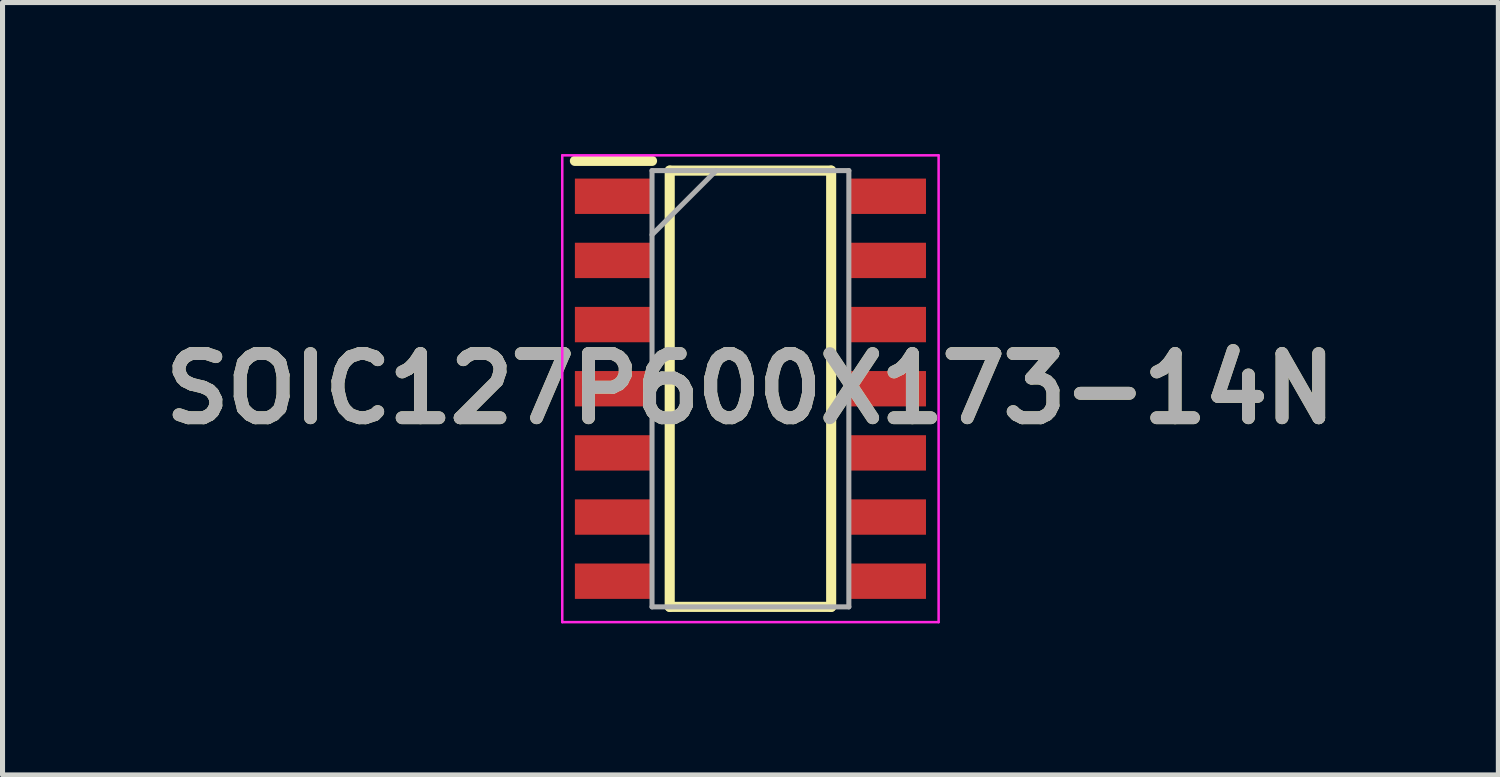
<source format=kicad_pcb>
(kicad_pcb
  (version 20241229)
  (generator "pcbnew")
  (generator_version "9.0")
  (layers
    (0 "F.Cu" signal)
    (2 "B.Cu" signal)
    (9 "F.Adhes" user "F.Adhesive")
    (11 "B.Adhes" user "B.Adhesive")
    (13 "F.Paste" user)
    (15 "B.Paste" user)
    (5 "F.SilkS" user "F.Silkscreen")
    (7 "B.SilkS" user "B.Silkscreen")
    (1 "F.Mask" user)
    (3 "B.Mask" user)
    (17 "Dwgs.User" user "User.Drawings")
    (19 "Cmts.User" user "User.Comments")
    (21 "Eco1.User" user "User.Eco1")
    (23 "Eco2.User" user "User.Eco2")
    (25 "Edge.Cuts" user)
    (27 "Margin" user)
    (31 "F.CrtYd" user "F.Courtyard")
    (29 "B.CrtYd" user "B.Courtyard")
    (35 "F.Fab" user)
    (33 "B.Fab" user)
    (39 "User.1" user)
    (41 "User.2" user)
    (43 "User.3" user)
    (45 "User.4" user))
  (footprint "SOIC127P600X173-14N"
    (layer "F.Cu")
    (at 11.805 4.645)
    (property "Reference" "SOIC127P600X173-14N" (at 0 0 0) (layer "F.SilkS") (effects (font (size 1.27 1.27) (thickness 0.254))))
    (attr smd)
    (fp_line (start -3.475 -4.51) (end -1.948 -4.51) (stroke (width 0.2) (type solid)) (layer "F.SilkS"))
    (fp_line (start -1.598 -4.318) (end 1.598 -4.318) (stroke (width 0.2) (type solid)) (layer "F.SilkS"))
    (fp_line (start -1.598 4.318) (end -1.598 -4.318) (stroke (width 0.2) (type solid)) (layer "F.SilkS"))
    (fp_line (start 1.598 -4.318) (end 1.598 4.318) (stroke (width 0.2) (type solid)) (layer "F.SilkS"))
    (fp_line (start 1.598 4.318) (end -1.598 4.318) (stroke (width 0.2) (type solid)) (layer "F.SilkS"))
    (fp_line (start -3.725 -4.62) (end 3.725 -4.62) (stroke (width 0.05) (type solid)) (layer "F.CrtYd"))
    (fp_line (start -3.725 4.62) (end -3.725 -4.62) (stroke (width 0.05) (type solid)) (layer "F.CrtYd"))
    (fp_line (start 3.725 -4.62) (end 3.725 4.62) (stroke (width 0.05) (type solid)) (layer "F.CrtYd"))
    (fp_line (start 3.725 4.62) (end -3.725 4.62) (stroke (width 0.05) (type solid)) (layer "F.CrtYd"))
    (fp_line (start -1.948 -4.318) (end 1.948 -4.318) (stroke (width 0.1) (type solid)) (layer "F.Fab"))
    (fp_line (start -1.948 -3.048) (end -0.678 -4.318) (stroke (width 0.1) (type solid)) (layer "F.Fab"))
    (fp_line (start -1.948 4.318) (end -1.948 -4.318) (stroke (width 0.1) (type solid)) (layer "F.Fab"))
    (fp_line (start 1.948 -4.318) (end 1.948 4.318) (stroke (width 0.1) (type solid)) (layer "F.Fab"))
    (fp_line (start 1.948 4.318) (end -1.948 4.318) (stroke (width 0.1) (type solid)) (layer "F.Fab"))
    (fp_text user "${REFERENCE}" (at 0 0 0) (layer "F.Fab") (effects (font (size 1.27 1.27) (thickness 0.254))))
    (pad "1" smd rect (at -2.711 -3.81 90) (size 0.7 1.528) (layers "F.Cu" "F.Mask" "F.Paste"))
    (pad "2" smd rect (at -2.711 -2.54 90) (size 0.7 1.528) (layers "F.Cu" "F.Mask" "F.Paste"))
    (pad "3" smd rect (at -2.711 -1.27 90) (size 0.7 1.528) (layers "F.Cu" "F.Mask" "F.Paste"))
    (pad "4" smd rect (at -2.711 0 90) (size 0.7 1.528) (layers "F.Cu" "F.Mask" "F.Paste"))
    (pad "5" smd rect (at -2.711 1.27 90) (size 0.7 1.528) (layers "F.Cu" "F.Mask" "F.Paste"))
    (pad "6" smd rect (at -2.711 2.54 90) (size 0.7 1.528) (layers "F.Cu" "F.Mask" "F.Paste"))
    (pad "7" smd rect (at -2.711 3.81 90) (size 0.7 1.528) (layers "F.Cu" "F.Mask" "F.Paste"))
    (pad "8" smd rect (at 2.711 3.81 90) (size 0.7 1.528) (layers "F.Cu" "F.Mask" "F.Paste"))
    (pad "9" smd rect (at 2.711 2.54 90) (size 0.7 1.528) (layers "F.Cu" "F.Mask" "F.Paste"))
    (pad "10" smd rect (at 2.711 1.27 90) (size 0.7 1.528) (layers "F.Cu" "F.Mask" "F.Paste"))
    (pad "11" smd rect (at 2.711 0 90) (size 0.7 1.528) (layers "F.Cu" "F.Mask" "F.Paste"))
    (pad "12" smd rect (at 2.711 -1.27 90) (size 0.7 1.528) (layers "F.Cu" "F.Mask" "F.Paste"))
    (pad "13" smd rect (at 2.711 -2.54 90) (size 0.7 1.528) (layers "F.Cu" "F.Mask" "F.Paste"))
    (pad "14" smd rect (at 2.711 -3.81 90) (size 0.7 1.528) (layers "F.Cu" "F.Mask" "F.Paste")))
  (gr_rect
    (start -3 -3)
    (end 26.61 12.29)
    (stroke (width 0.1) (type default))
    (fill no)
    (layer "Edge.Cuts")))
</source>
